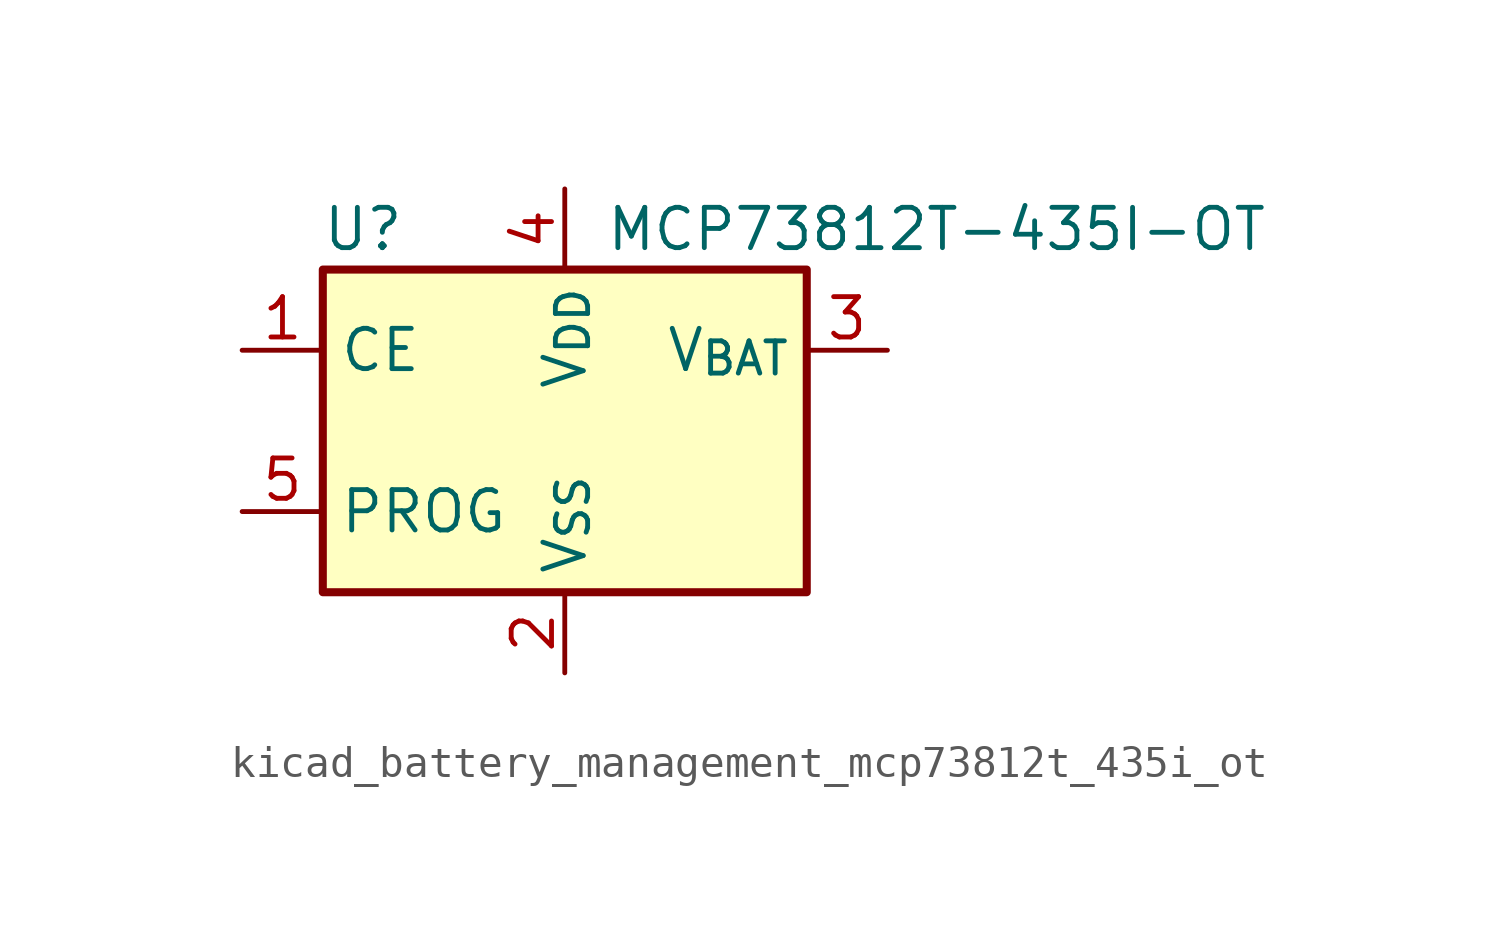
<source format=kicad_sym>
(kicad_symbol_lib
  (version 20220914)
  (generator kicad_symbol_editor)
  (symbol "kicad_battery_management_mcp73812t_435i_ot"
    (property "Reference" "U"
      (at -6.35 6.35 0)
      (effects (font (size 1.27 1.27))))
    (property "Value" "MCP73812T-435I-OT"
      (at 1.27 6.35 0)
      (effects (font (size 1.27 1.27)) (justify left)))
    (symbol "kicad_battery_management_mcp73812t_435i_ot_0_1"
      (rectangle (start -7.62 5.08) (end 7.62 -5.08) (stroke (width 0.254) (type default)) (fill (type background))))
    (symbol "kicad_battery_management_mcp73812t_435i_ot_1_1"
      (pin input line (at -10.16 2.54 0) (length 2.54) (name "CE" (effects (font (size 1.27 1.27)))) (number "1" (effects (font (size 1.27 1.27)))))
      (pin power_in line (at 0 -7.62 90) (length 2.54) (name "V_{SS}" (effects (font (size 1.27 1.27)))) (number "2" (effects (font (size 1.27 1.27)))))
      (pin power_out line (at 10.16 2.54 180) (length 2.54) (name "V_{BAT}" (effects (font (size 1.27 1.27)))) (number "3" (effects (font (size 1.27 1.27)))))
      (pin power_in line (at 0 7.62 270) (length 2.54) (name "V_{DD}" (effects (font (size 1.27 1.27)))) (number "4" (effects (font (size 1.27 1.27)))))
      (pin input line (at -10.16 -2.54 0) (length 2.54) (name "PROG" (effects (font (size 1.27 1.27)))) (number "5" (effects (font (size 1.27 1.27))))))))
</source>
